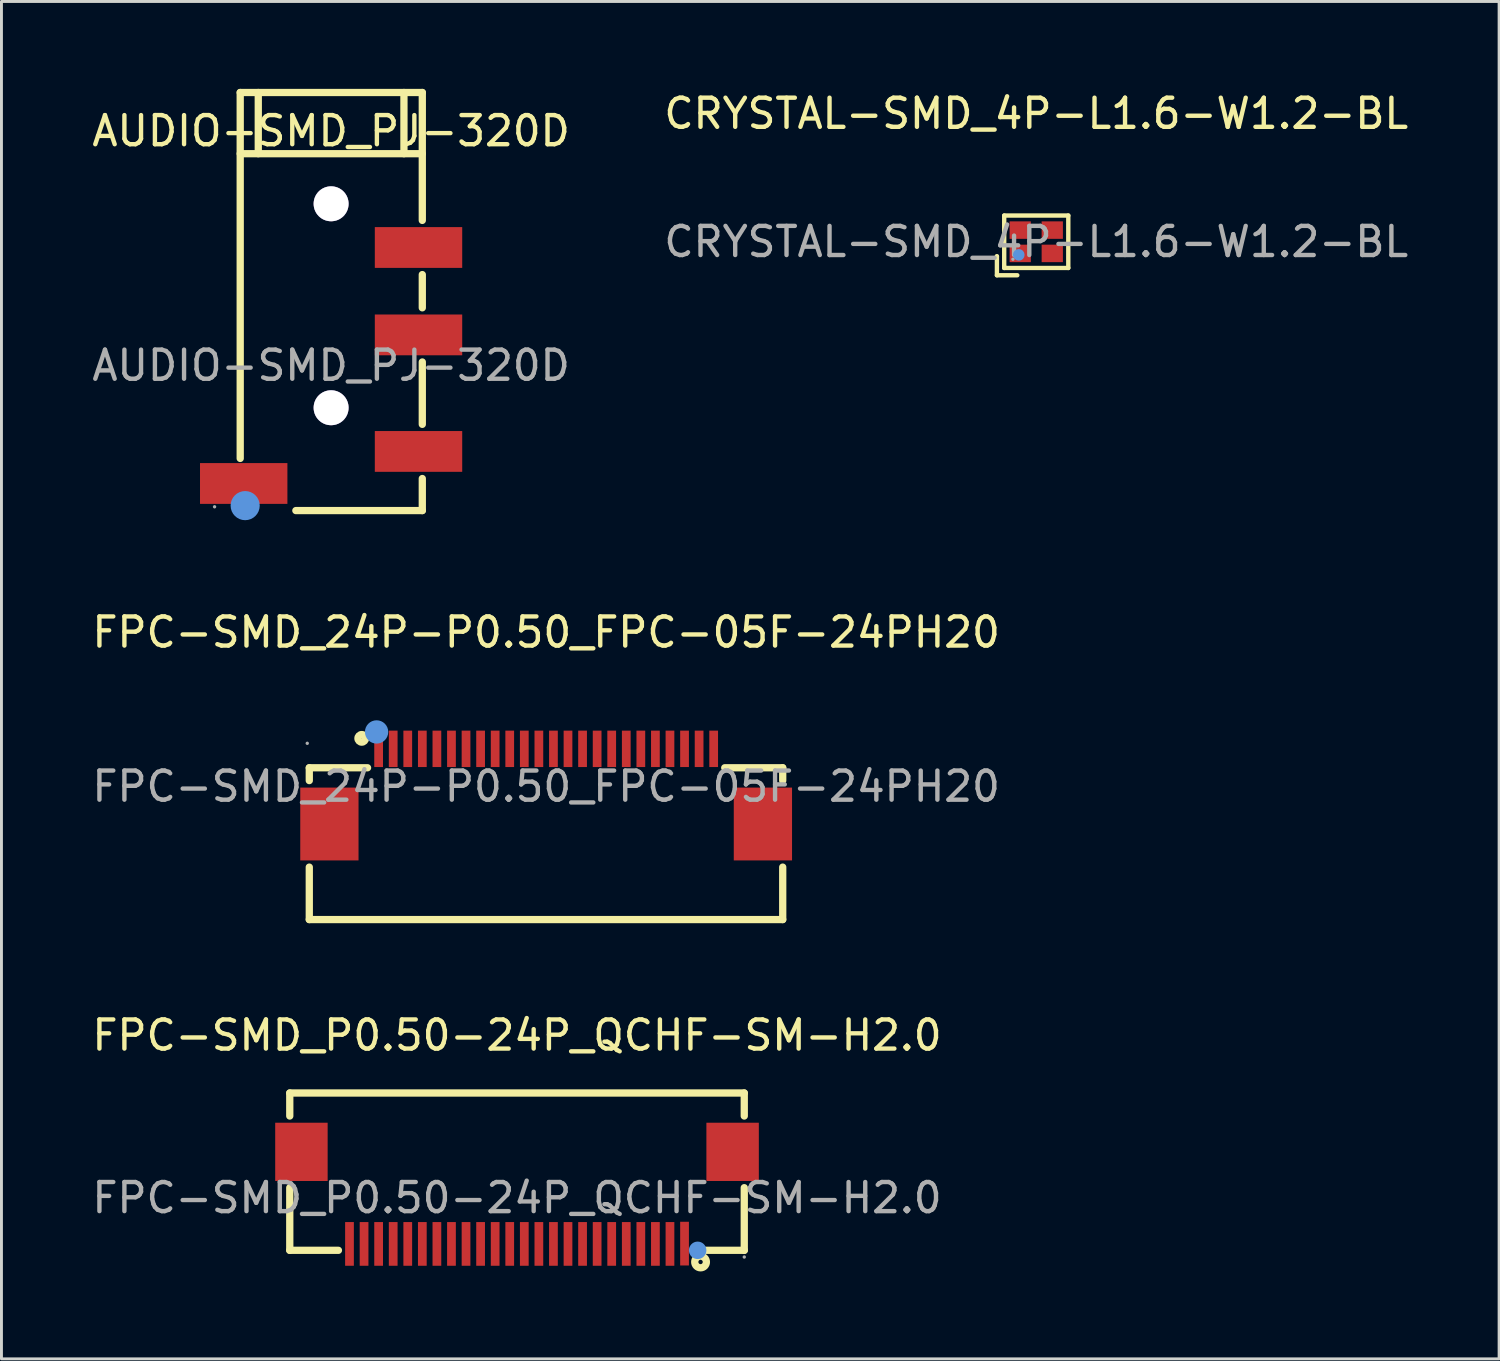
<source format=kicad_pcb>
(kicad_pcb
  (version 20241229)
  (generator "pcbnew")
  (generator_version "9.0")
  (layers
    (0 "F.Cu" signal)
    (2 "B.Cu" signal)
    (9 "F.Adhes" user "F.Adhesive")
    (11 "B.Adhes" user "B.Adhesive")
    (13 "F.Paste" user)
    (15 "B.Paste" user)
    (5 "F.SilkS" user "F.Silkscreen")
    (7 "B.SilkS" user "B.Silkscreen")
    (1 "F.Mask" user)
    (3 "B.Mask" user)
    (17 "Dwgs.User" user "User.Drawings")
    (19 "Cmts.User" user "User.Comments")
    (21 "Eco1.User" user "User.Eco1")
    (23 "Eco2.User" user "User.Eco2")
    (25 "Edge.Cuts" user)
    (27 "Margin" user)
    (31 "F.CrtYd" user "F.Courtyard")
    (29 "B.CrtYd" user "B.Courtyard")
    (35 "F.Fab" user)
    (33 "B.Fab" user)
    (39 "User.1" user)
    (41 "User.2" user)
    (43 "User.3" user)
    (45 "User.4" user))
  (footprint "FPC-SMD_P0.50-24P_QCHF-SM-H2.0"
    (layer "F.Cu")
    (at 14.696 38.066)
    (property "Reference" "FPC-SMD_P0.50-24P_QCHF-SM-H2.0" (at 0 -5.58 0) (layer "F.SilkS") (effects (font (size 1 1) (thickness 0.15))))
    (attr smd)
    (fp_line (start -7.8 -3.6) (end -7.8 -2.81) (stroke (width 0.25) (type solid)) (layer "F.SilkS"))
    (fp_line (start -7.8 -3.6) (end 7.8 -3.6) (stroke (width 0.25) (type solid)) (layer "F.SilkS"))
    (fp_line (start -7.8 -0.35) (end -7.8 1.8) (stroke (width 0.25) (type solid)) (layer "F.SilkS"))
    (fp_line (start -7.8 1.8) (end -6.13 1.8) (stroke (width 0.25) (type solid)) (layer "F.SilkS"))
    (fp_line (start 6.13 1.8) (end 7.8 1.8) (stroke (width 0.25) (type solid)) (layer "F.SilkS"))
    (fp_line (start 7.8 -3.6) (end 7.8 -2.81) (stroke (width 0.25) (type solid)) (layer "F.SilkS"))
    (fp_line (start 7.8 -0.35) (end 7.8 1.8) (stroke (width 0.25) (type solid)) (layer "F.SilkS"))
    (fp_circle (center 6.3 2.2) (end 6.5 2.2) (stroke (width 0.25) (type solid)) (fill no) (layer "F.SilkS"))
    (fp_circle (center 6.2 1.8) (end 6.35 1.8) (stroke (width 0.3) (type solid)) (fill no) (layer "Cmts.User"))
    (fp_circle (center 7.8 2.03) (end 7.83 2.03) (stroke (width 0.06) (type solid)) (fill no) (layer "F.Fab"))
    (fp_text user "${REFERENCE}" (at 0 0 0) (layer "F.Fab") (effects (font (size 1 1) (thickness 0.15))))
    (pad "1" smd rect (at 5.75 1.57 180) (size 0.3 1.5) (layers "F.Cu" "F.Mask" "F.Paste"))
    (pad "2" smd rect (at 5.25 1.58 180) (size 0.3 1.5) (layers "F.Cu" "F.Mask" "F.Paste"))
    (pad "3" smd rect (at 4.75 1.58 180) (size 0.3 1.5) (layers "F.Cu" "F.Mask" "F.Paste"))
    (pad "4" smd rect (at 4.25 1.58 180) (size 0.3 1.5) (layers "F.Cu" "F.Mask" "F.Paste"))
    (pad "5" smd rect (at 3.75 1.58 180) (size 0.3 1.5) (layers "F.Cu" "F.Mask" "F.Paste"))
    (pad "6" smd rect (at 3.25 1.58 180) (size 0.3 1.5) (layers "F.Cu" "F.Mask" "F.Paste"))
    (pad "7" smd rect (at 2.75 1.58 180) (size 0.3 1.5) (layers "F.Cu" "F.Mask" "F.Paste"))
    (pad "8" smd rect (at 2.25 1.58 180) (size 0.3 1.5) (layers "F.Cu" "F.Mask" "F.Paste"))
    (pad "9" smd rect (at 1.75 1.58 180) (size 0.3 1.5) (layers "F.Cu" "F.Mask" "F.Paste"))
    (pad "10" smd rect (at 1.25 1.58 180) (size 0.3 1.5) (layers "F.Cu" "F.Mask" "F.Paste"))
    (pad "11" smd rect (at 0.75 1.58 180) (size 0.3 1.5) (layers "F.Cu" "F.Mask" "F.Paste"))
    (pad "12" smd rect (at 0.25 1.58 180) (size 0.3 1.5) (layers "F.Cu" "F.Mask" "F.Paste"))
    (pad "13" smd rect (at -0.25 1.58 180) (size 0.3 1.5) (layers "F.Cu" "F.Mask" "F.Paste"))
    (pad "14" smd rect (at -0.75 1.58 180) (size 0.3 1.5) (layers "F.Cu" "F.Mask" "F.Paste"))
    (pad "15" smd rect (at -1.25 1.58 180) (size 0.3 1.5) (layers "F.Cu" "F.Mask" "F.Paste"))
    (pad "16" smd rect (at -1.75 1.58 180) (size 0.3 1.5) (layers "F.Cu" "F.Mask" "F.Paste"))
    (pad "17" smd rect (at -2.25 1.58 180) (size 0.3 1.5) (layers "F.Cu" "F.Mask" "F.Paste"))
    (pad "18" smd rect (at -2.75 1.58 180) (size 0.3 1.5) (layers "F.Cu" "F.Mask" "F.Paste"))
    (pad "19" smd rect (at -3.25 1.58 180) (size 0.3 1.5) (layers "F.Cu" "F.Mask" "F.Paste"))
    (pad "20" smd rect (at -3.75 1.58 180) (size 0.3 1.5) (layers "F.Cu" "F.Mask" "F.Paste"))
    (pad "21" smd rect (at -4.25 1.58 180) (size 0.3 1.5) (layers "F.Cu" "F.Mask" "F.Paste"))
    (pad "22" smd rect (at -4.75 1.58 180) (size 0.3 1.5) (layers "F.Cu" "F.Mask" "F.Paste"))
    (pad "23" smd rect (at -5.25 1.58 180) (size 0.3 1.5) (layers "F.Cu" "F.Mask" "F.Paste"))
    (pad "24" smd rect (at -5.75 1.58 180) (size 0.3 1.5) (layers "F.Cu" "F.Mask" "F.Paste"))
    (pad "25" smd rect (at 7.4 -1.58 180) (size 1.8 2) (layers "F.Cu" "F.Mask" "F.Paste"))
    (pad "26" smd rect (at -7.4 -1.58) (size 1.8 2) (layers "F.Cu" "F.Mask" "F.Paste")))
  (footprint "AUDIO-SMD_PJ-320D"
    (layer "F.Cu")
    (at 8.315 9.495)
    (property "Reference" "AUDIO-SMD_PJ-320D" (at 0 -8.05 0) (layer "F.SilkS") (effects (font (size 1 1) (thickness 0.15))))
    (attr smd)
    (fp_line (start -3.12 -9.37) (end -3.12 3.19) (stroke (width 0.25) (type solid)) (layer "F.SilkS"))
    (fp_line (start -3.12 -9.37) (end 3.13 -9.37) (stroke (width 0.25) (type solid)) (layer "F.SilkS"))
    (fp_line (start -2.5 -9.37) (end -2.5 -7.27) (stroke (width 0.25) (type solid)) (layer "F.SilkS"))
    (fp_line (start 2.5 -7.27) (end 2.5 -9.37) (stroke (width 0.25) (type solid)) (layer "F.SilkS"))
    (fp_line (start 3.13 -9.37) (end 3.13 -4.98) (stroke (width 0.25) (type solid)) (layer "F.SilkS"))
    (fp_line (start 3.13 -7.27) (end -3.12 -7.27) (stroke (width 0.25) (type solid)) (layer "F.SilkS"))
    (fp_line (start 3.13 -3.12) (end 3.13 -1.98) (stroke (width 0.25) (type solid)) (layer "F.SilkS"))
    (fp_line (start 3.13 -0.12) (end 3.13 2.02) (stroke (width 0.25) (type solid)) (layer "F.SilkS"))
    (fp_line (start 3.13 3.88) (end 3.13 4.98) (stroke (width 0.25) (type solid)) (layer "F.SilkS"))
    (fp_line (start 3.13 4.98) (end -1.21 4.98) (stroke (width 0.25) (type solid)) (layer "F.SilkS"))
    (fp_circle (center -2.95 4.81) (end -2.7 4.81) (stroke (width 0.5) (type solid)) (fill no) (layer "Cmts.User"))
    (fp_circle (center 0 -5.55) (end 0.2 -5.55) (stroke (width 0.4) (type solid)) (fill no) (layer "Cmts.User"))
    (fp_circle (center 0 1.45) (end 0.2 1.45) (stroke (width 0.4) (type solid)) (fill no) (layer "Cmts.User"))
    (fp_circle (center -4 4.85) (end -3.97 4.85) (stroke (width 0.06) (type solid)) (fill no) (layer "F.Fab"))
    (fp_text user "${REFERENCE}" (at 0 0 0) (layer "F.Fab") (effects (font (size 1 1) (thickness 0.15))))
    (pad "" thru_hole circle (at 0 -5.55) (size 1.2 1.2) (drill 1.2) (layers "*.Cu" "*.Mask"))
    (pad "" thru_hole circle (at 0 1.45) (size 1.2 1.2) (drill 1.2) (layers "*.Cu" "*.Mask"))
    (pad "1" smd rect (at -3 4.05) (size 3 1.4) (layers "F.Cu" "F.Mask" "F.Paste"))
    (pad "2" smd rect (at 3 -4.05) (size 3 1.4) (layers "F.Cu" "F.Mask" "F.Paste"))
    (pad "3" smd rect (at 3 -1.05) (size 3 1.4) (layers "F.Cu" "F.Mask" "F.Paste"))
    (pad "4" smd rect (at 3 2.95) (size 3 1.4) (layers "F.Cu" "F.Mask" "F.Paste")))
  (footprint "FPC-SMD_24P-P0.50_FPC-05F-24PH20"
    (layer "F.Cu")
    (at 15.696 23.943)
    (property "Reference" "FPC-SMD_24P-P0.50_FPC-05F-24PH20" (at 0 -5.29 0) (layer "F.SilkS") (effects (font (size 1 1) (thickness 0.15))))
    (attr smd)
    (fp_line (start -8.13 -0.64) (end -6.13 -0.64) (stroke (width 0.25) (type solid)) (layer "F.SilkS"))
    (fp_line (start -8.13 -0.2) (end -8.13 -0.64) (stroke (width 0.25) (type solid)) (layer "F.SilkS"))
    (fp_line (start -8.13 4.57) (end -8.13 2.77) (stroke (width 0.25) (type solid)) (layer "F.SilkS"))
    (fp_line (start 6.13 -0.64) (end 8.12 -0.64) (stroke (width 0.25) (type solid)) (layer "F.SilkS"))
    (fp_line (start 8.12 -0.64) (end 8.12 -0.2) (stroke (width 0.25) (type solid)) (layer "F.SilkS"))
    (fp_line (start 8.12 2.77) (end 8.12 4.57) (stroke (width 0.25) (type solid)) (layer "F.SilkS"))
    (fp_line (start 8.12 4.57) (end -8.13 4.57) (stroke (width 0.25) (type solid)) (layer "F.SilkS"))
    (fp_circle (center -6.33 -1.65) (end -6.2 -1.65) (stroke (width 0.25) (type solid)) (fill no) (layer "F.SilkS"))
    (fp_circle (center -5.82 -1.87) (end -5.62 -1.87) (stroke (width 0.4) (type solid)) (fill no) (layer "Cmts.User"))
    (fp_circle (center -8.2 -1.48) (end -8.17 -1.48) (stroke (width 0.06) (type solid)) (fill no) (layer "F.Fab"))
    (fp_text user "${REFERENCE}" (at 0 0 0) (layer "F.Fab") (effects (font (size 1 1) (thickness 0.15))))
    (pad "1" smd rect (at -5.75 -1.29) (size 0.3 1.25) (layers "F.Cu" "F.Mask" "F.Paste"))
    (pad "2" smd rect (at -5.25 -1.29) (size 0.3 1.25) (layers "F.Cu" "F.Mask" "F.Paste"))
    (pad "3" smd rect (at -4.75 -1.29) (size 0.3 1.25) (layers "F.Cu" "F.Mask" "F.Paste"))
    (pad "4" smd rect (at -4.25 -1.29) (size 0.3 1.25) (layers "F.Cu" "F.Mask" "F.Paste"))
    (pad "5" smd rect (at -3.75 -1.29) (size 0.3 1.25) (layers "F.Cu" "F.Mask" "F.Paste"))
    (pad "6" smd rect (at -3.25 -1.29) (size 0.3 1.25) (layers "F.Cu" "F.Mask" "F.Paste"))
    (pad "7" smd rect (at -2.75 -1.29) (size 0.3 1.25) (layers "F.Cu" "F.Mask" "F.Paste"))
    (pad "8" smd rect (at -2.25 -1.29) (size 0.3 1.25) (layers "F.Cu" "F.Mask" "F.Paste"))
    (pad "9" smd rect (at -1.75 -1.29) (size 0.3 1.25) (layers "F.Cu" "F.Mask" "F.Paste"))
    (pad "10" smd rect (at -1.25 -1.29) (size 0.3 1.25) (layers "F.Cu" "F.Mask" "F.Paste"))
    (pad "11" smd rect (at -0.75 -1.29) (size 0.3 1.25) (layers "F.Cu" "F.Mask" "F.Paste"))
    (pad "12" smd rect (at -0.25 -1.29) (size 0.3 1.25) (layers "F.Cu" "F.Mask" "F.Paste"))
    (pad "13" smd rect (at 0.25 -1.29) (size 0.3 1.25) (layers "F.Cu" "F.Mask" "F.Paste"))
    (pad "14" smd rect (at 0.75 -1.29) (size 0.3 1.25) (layers "F.Cu" "F.Mask" "F.Paste"))
    (pad "15" smd rect (at 1.25 -1.29) (size 0.3 1.25) (layers "F.Cu" "F.Mask" "F.Paste"))
    (pad "16" smd rect (at 1.75 -1.29) (size 0.3 1.25) (layers "F.Cu" "F.Mask" "F.Paste"))
    (pad "17" smd rect (at 2.25 -1.29) (size 0.3 1.25) (layers "F.Cu" "F.Mask" "F.Paste"))
    (pad "18" smd rect (at 2.75 -1.29) (size 0.3 1.25) (layers "F.Cu" "F.Mask" "F.Paste"))
    (pad "19" smd rect (at 3.25 -1.29) (size 0.3 1.25) (layers "F.Cu" "F.Mask" "F.Paste"))
    (pad "20" smd rect (at 3.75 -1.29) (size 0.3 1.25) (layers "F.Cu" "F.Mask" "F.Paste"))
    (pad "21" smd rect (at 4.25 -1.29) (size 0.3 1.25) (layers "F.Cu" "F.Mask" "F.Paste"))
    (pad "22" smd rect (at 4.75 -1.29) (size 0.3 1.25) (layers "F.Cu" "F.Mask" "F.Paste"))
    (pad "23" smd rect (at 5.25 -1.29) (size 0.3 1.25) (layers "F.Cu" "F.Mask" "F.Paste"))
    (pad "24" smd rect (at 5.75 -1.29) (size 0.3 1.25) (layers "F.Cu" "F.Mask" "F.Paste"))
    (pad "25" smd rect (at 7.44 1.29) (size 2 2.5) (layers "F.Cu" "F.Mask" "F.Paste"))
    (pad "26" smd rect (at -7.44 1.29) (size 2 2.5) (layers "F.Cu" "F.Mask" "F.Paste")))
  (footprint "CRYSTAL-SMD_4P-L1.6-W1.2-BL"
    (layer "F.Cu")
    (at 32.518 5.248)
    (property "Reference" "CRYSTAL-SMD_4P-L1.6-W1.2-BL" (at 0 -4.4 0) (layer "F.SilkS") (effects (font (size 1 1) (thickness 0.15))))
    (attr smd)
    (fp_line (start -1.35 0.5) (end -1.35 0.5) (stroke (width 0.15) (type solid)) (layer "F.SilkS"))
    (fp_line (start -1.35 0.5) (end -1.35 1.15) (stroke (width 0.15) (type solid)) (layer "F.SilkS"))
    (fp_line (start -1.35 1.15) (end -0.65 1.15) (stroke (width 0.15) (type solid)) (layer "F.SilkS"))
    (fp_line (start -1.1 -0.9) (end -1.1 0.85) (stroke (width 0.15) (type solid)) (layer "F.SilkS"))
    (fp_line (start -1.1 0.85) (end -1.1 0.9) (stroke (width 0.15) (type solid)) (layer "F.SilkS"))
    (fp_line (start -1.1 0.9) (end 1.1 0.9) (stroke (width 0.15) (type solid)) (layer "F.SilkS"))
    (fp_line (start 1.1 -0.9) (end -1.1 -0.9) (stroke (width 0.15) (type solid)) (layer "F.SilkS"))
    (fp_line (start 1.1 0.9) (end 1.1 -0.9) (stroke (width 0.15) (type solid)) (layer "F.SilkS"))
    (fp_circle (center -0.6 0.45) (end -0.5 0.45) (stroke (width 0.2) (type solid)) (fill no) (layer "Cmts.User"))
    (fp_circle (center -0.8 0.6) (end -0.77 0.6) (stroke (width 0.06) (type solid)) (fill no) (layer "F.Fab"))
    (fp_text user "${REFERENCE}" (at 0 0 0) (layer "F.Fab") (effects (font (size 1 1) (thickness 0.15))))
    (pad "1" smd rect (at -0.55 0.4) (size 0.73 0.6) (layers "F.Cu" "F.Mask" "F.Paste"))
    (pad "2" smd rect (at 0.55 0.4) (size 0.73 0.6) (layers "F.Cu" "F.Mask" "F.Paste"))
    (pad "3" smd rect (at 0.55 -0.4) (size 0.73 0.6) (layers "F.Cu" "F.Mask" "F.Paste"))
    (pad "4" smd rect (at -0.55 -0.4) (size 0.73 0.6) (layers "F.Cu" "F.Mask" "F.Paste")))
  (gr_rect
    (start -3 -3)
    (end 48.405 43.592)
    (stroke (width 0.1) (type default))
    (fill no)
    (layer "Edge.Cuts")))
</source>
